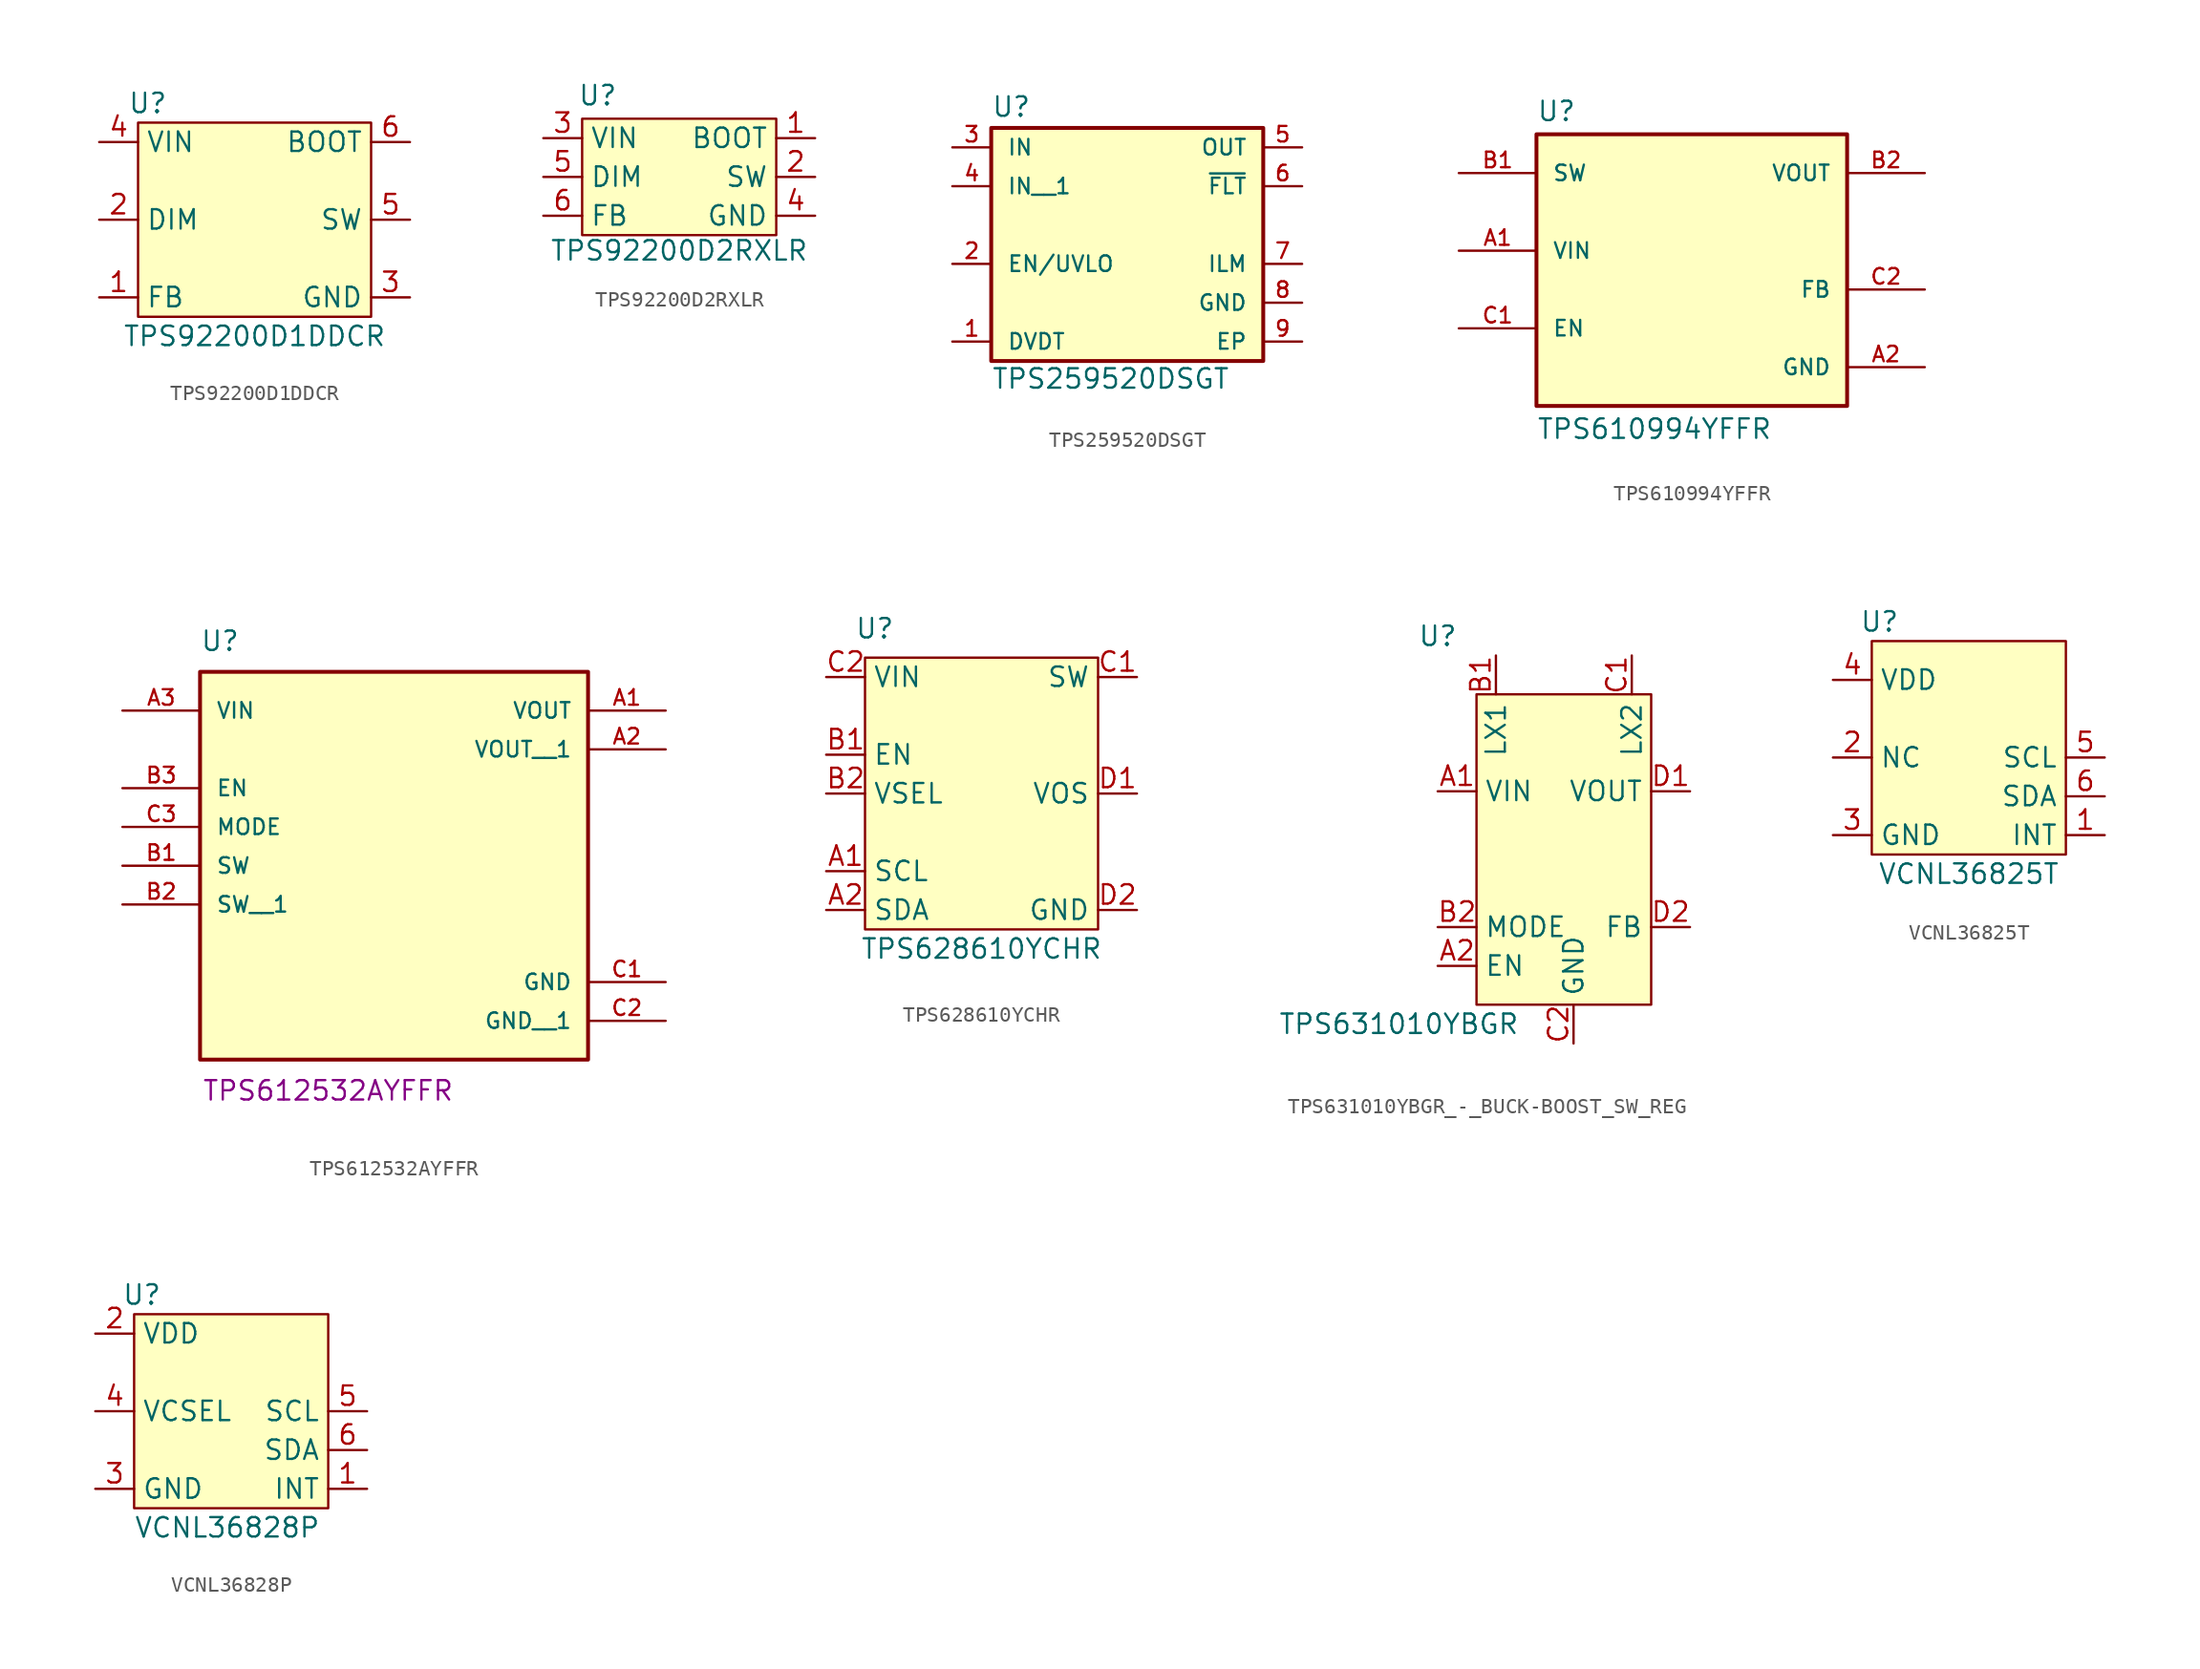
<source format=kicad_sym>
(kicad_symbol_lib
  (version 20241209)
  (generator "kicad_symbol_editor")
  (generator_version "9.0")
  (symbol "TPS92200D1DDCR"
    (property "Reference" "U"
      (at 3.175 2.54 0)
      (effects (font (size 1.27 1.27))))
    (property "Value" "TPS92200D1DDCR"
      (at 10.16 -12.7 0)
      (effects (font (size 1.27 1.27))))
    (symbol "TPS92200D1DDCR_0_0"
      (pin passive line (at 0 0 0) (length 2.54) (name "VIN" (effects (font (size 1.27 1.27)))) (number "4" (effects (font (size 1.27 1.27)))))
      (pin passive line (at 0 -5.08 0) (length 2.54) (name "DIM" (effects (font (size 1.27 1.27)))) (number "2" (effects (font (size 1.27 1.27)))))
      (pin passive line (at 0 -10.16 0) (length 2.54) (name "FB" (effects (font (size 1.27 1.27)))) (number "1" (effects (font (size 1.27 1.27)))))
      (pin passive line (at 20.32 0 180) (length 2.54) (name "BOOT" (effects (font (size 1.27 1.27)))) (number "6" (effects (font (size 1.27 1.27)))))
      (pin passive line (at 20.32 -5.08 180) (length 2.54) (name "SW" (effects (font (size 1.27 1.27)))) (number "5" (effects (font (size 1.27 1.27)))))
      (pin passive line (at 20.32 -10.16 180) (length 2.54) (name "GND" (effects (font (size 1.27 1.27)))) (number "3" (effects (font (size 1.27 1.27))))))
    (symbol "TPS92200D1DDCR_1_1"
      (rectangle (start 2.54 1.27) (end 17.78 -11.43) (stroke (width 0) (type solid)) (fill (type background)))))
  (symbol "TPS92200D2RXLR"
    (property "Reference" "U"
      (at -14.224 2.794 0)
      (effects (font (size 1.27 1.27))))
    (property "Value" "TPS92200D2RXLR"
      (at -8.89 -7.366 0)
      (effects (font (size 1.27 1.27))))
    (symbol "TPS92200D2RXLR_0_0"
      (pin passive line (at -17.78 0 0) (length 2.54) (name "VIN" (effects (font (size 1.27 1.27)))) (number "3" (effects (font (size 1.27 1.27)))))
      (pin passive line (at -17.78 -2.54 0) (length 2.54) (name "DIM" (effects (font (size 1.27 1.27)))) (number "5" (effects (font (size 1.27 1.27)))))
      (pin passive line (at -17.78 -5.08 0) (length 2.54) (name "FB" (effects (font (size 1.27 1.27)))) (number "6" (effects (font (size 1.27 1.27)))))
      (pin passive line (at 0 0 180) (length 2.54) (name "BOOT" (effects (font (size 1.27 1.27)))) (number "1" (effects (font (size 1.27 1.27)))))
      (pin passive line (at 0 -2.54 180) (length 2.54) (name "SW" (effects (font (size 1.27 1.27)))) (number "2" (effects (font (size 1.27 1.27)))))
      (pin passive line (at 0 -5.08 180) (length 2.54) (name "GND" (effects (font (size 1.27 1.27)))) (number "4" (effects (font (size 1.27 1.27))))))
    (symbol "TPS92200D2RXLR_1_1"
      (rectangle (start -15.24 1.27) (end -2.54 -6.35) (stroke (width 0) (type solid)) (fill (type background)))))
  (symbol "TPS259520DSGT"
    (pin_names
      (offset 1.016))
    (property "Reference" "U"
      (at 2.54 1.905 0)
      (effects (font (size 1.27 1.27)) (justify left bottom)))
    (property "Value" "TPS259520DSGT"
      (at 2.54 -15.875 0)
      (effects (font (size 1.27 1.27)) (justify left bottom)))
    (symbol "TPS259520DSGT_0_0"
      (rectangle (start 2.54 1.27) (end 20.32 -13.97) (stroke (width 0.254) (type default)) (fill (type background)))
      (pin input line (at 0 0 0) (length 2.54) (name "IN" (effects (font (size 1.016 1.016)))) (number "3" (effects (font (size 1.016 1.016)))))
      (pin input line (at 0 -2.54 0) (length 2.54) (name "IN__1" (effects (font (size 1.016 1.016)))) (number "4" (effects (font (size 1.016 1.016)))))
      (pin input line (at 0 -7.62 0) (length 2.54) (name "EN/UVLO" (effects (font (size 1.016 1.016)))) (number "2" (effects (font (size 1.016 1.016)))))
      (pin bidirectional line (at 0 -12.7 0) (length 2.54) (name "DVDT" (effects (font (size 1.016 1.016)))) (number "1" (effects (font (size 1.016 1.016)))))
      (pin output line (at 22.86 0 180) (length 2.54) (name "OUT" (effects (font (size 1.016 1.016)))) (number "5" (effects (font (size 1.016 1.016)))))
      (pin output line (at 22.86 -2.54 180) (length 2.54) (name "~{FLT}" (effects (font (size 1.016 1.016)))) (number "6" (effects (font (size 1.016 1.016)))))
      (pin bidirectional line (at 22.86 -7.62 180) (length 2.54) (name "ILM" (effects (font (size 1.016 1.016)))) (number "7" (effects (font (size 1.016 1.016)))))
      (pin power_in line (at 22.86 -10.16 180) (length 2.54) (name "GND" (effects (font (size 1.016 1.016)))) (number "8" (effects (font (size 1.016 1.016))))))
    (symbol "TPS259520DSGT_1_0"
      (pin power_in line (at 22.86 -12.7 180) (length 2.54) (name "EP" (effects (font (size 1.016 1.016)))) (number "9" (effects (font (size 1.016 1.016)))))))
  (symbol "TPS610994YFFR"
    (pin_names
      (offset 1.016))
    (property "Reference" "U"
      (at 5.08 3.302 0)
      (effects (font (size 1.27 1.27)) (justify left bottom)))
    (property "Value" "TPS610994YFFR"
      (at 5.08 -16.002 0)
      (effects (font (size 1.27 1.27)) (justify left top)))
    (symbol "TPS610994YFFR_0_0"
      (rectangle (start 5.08 -15.24) (end 25.4 2.54) (stroke (width 0.254) (type default)) (fill (type background)))
      (pin passive line (at 0 0 0) (length 5.08) (name "SW" (effects (font (size 1.016 1.016)))) (number "B1" (effects (font (size 1.016 1.016)))))
      (pin input line (at 0 -5.08 0) (length 5.08) (name "VIN" (effects (font (size 1.016 1.016)))) (number "A1" (effects (font (size 1.016 1.016)))))
      (pin input line (at 0 -10.16 0) (length 5.08) (name "EN" (effects (font (size 1.016 1.016)))) (number "C1" (effects (font (size 1.016 1.016)))))
      (pin output line (at 30.48 0 180) (length 5.08) (name "VOUT" (effects (font (size 1.016 1.016)))) (number "B2" (effects (font (size 1.016 1.016)))))
      (pin input line (at 30.48 -7.62 180) (length 5.08) (name "FB" (effects (font (size 1.016 1.016)))) (number "C2" (effects (font (size 1.016 1.016)))))
      (pin power_in line (at 30.48 -12.7 180) (length 5.08) (name "GND" (effects (font (size 1.016 1.016)))) (number "A2" (effects (font (size 1.016 1.016)))))))
  (symbol "TPS612532AYFFR"
    (pin_names
      (offset 1.016))
    (property "Reference" "U"
      (at -12.7 11.43 0)
      (effects (font (size 1.27 1.27)) (justify left bottom)))
    (property "PartNumber" "TPS612532AYFFR"
      (at -4.318 -17.272 0)
      (effects (font (size 1.27 1.27))))
    (symbol "TPS612532AYFFR_0_0"
      (rectangle (start -12.7 -15.24) (end 12.7 10.16) (stroke (width 0.254) (type default)) (fill (type background)))
      (pin input line (at -17.78 7.62 0) (length 5.08) (name "VIN" (effects (font (size 1.016 1.016)))) (number "A3" (effects (font (size 1.016 1.016)))))
      (pin input line (at -17.78 2.54 0) (length 5.08) (name "EN" (effects (font (size 1.016 1.016)))) (number "B3" (effects (font (size 1.016 1.016)))))
      (pin input line (at -17.78 0 0) (length 5.08) (name "MODE" (effects (font (size 1.016 1.016)))) (number "C3" (effects (font (size 1.016 1.016)))))
      (pin bidirectional line (at -17.78 -2.54 0) (length 5.08) (name "SW" (effects (font (size 1.016 1.016)))) (number "B1" (effects (font (size 1.016 1.016)))))
      (pin bidirectional line (at -17.78 -5.08 0) (length 5.08) (name "SW__1" (effects (font (size 1.016 1.016)))) (number "B2" (effects (font (size 1.016 1.016)))))
      (pin output line (at 17.78 7.62 180) (length 5.08) (name "VOUT" (effects (font (size 1.016 1.016)))) (number "A1" (effects (font (size 1.016 1.016)))))
      (pin output line (at 17.78 5.08 180) (length 5.08) (name "VOUT__1" (effects (font (size 1.016 1.016)))) (number "A2" (effects (font (size 1.016 1.016)))))
      (pin power_in line (at 17.78 -10.16 180) (length 5.08) (name "GND" (effects (font (size 1.016 1.016)))) (number "C1" (effects (font (size 1.016 1.016)))))
      (pin power_in line (at 17.78 -12.7 180) (length 5.08) (name "GND__1" (effects (font (size 1.016 1.016)))) (number "C2" (effects (font (size 1.016 1.016)))))))
  (symbol "TPS628610YCHR"
    (property "Reference" "U"
      (at 3.175 3.175 0)
      (effects (font (size 1.27 1.27))))
    (property "Value" "TPS628610YCHR"
      (at 10.16 -17.78 0)
      (effects (font (size 1.27 1.27))))
    (symbol "TPS628610YCHR_0_0"
      (pin passive line (at 0 0 0) (length 2.54) (name "VIN" (effects (font (size 1.27 1.27)))) (number "C2" (effects (font (size 1.27 1.27)))))
      (pin passive line (at 0 -5.08 0) (length 2.54) (name "EN" (effects (font (size 1.27 1.27)))) (number "B1" (effects (font (size 1.27 1.27)))))
      (pin passive line (at 0 -7.62 0) (length 2.54) (name "VSEL" (effects (font (size 1.27 1.27)))) (number "B2" (effects (font (size 1.27 1.27)))))
      (pin passive line (at 0 -12.7 0) (length 2.54) (name "SCL" (effects (font (size 1.27 1.27)))) (number "A1" (effects (font (size 1.27 1.27)))))
      (pin passive line (at 0 -15.24 0) (length 2.54) (name "SDA" (effects (font (size 1.27 1.27)))) (number "A2" (effects (font (size 1.27 1.27)))))
      (pin passive line (at 20.32 0 180) (length 2.54) (name "SW" (effects (font (size 1.27 1.27)))) (number "C1" (effects (font (size 1.27 1.27)))))
      (pin passive line (at 20.32 -7.62 180) (length 2.54) (name "VOS" (effects (font (size 1.27 1.27)))) (number "D1" (effects (font (size 1.27 1.27)))))
      (pin passive line (at 20.32 -15.24 180) (length 2.54) (name "GND" (effects (font (size 1.27 1.27)))) (number "D2" (effects (font (size 1.27 1.27))))))
    (symbol "TPS628610YCHR_1_1"
      (rectangle (start 2.54 1.27) (end 17.78 -16.51) (stroke (width 0) (type solid)) (fill (type background)))))
  (symbol "TPS631010YBGR_-_BUCK-BOOST_SW_REG"
    (property "Reference" "U"
      (at -8.89 12.7 0)
      (effects (font (size 1.27 1.27))))
    (property "Value" "TPS631010YBGR"
      (at -11.43 -12.7 0)
      (effects (font (size 1.27 1.27))))
    (symbol "TPS631010YBGR_-_BUCK-BOOST_SW_REG_1_1"
      (rectangle (start -6.35 8.89) (end 5.08 -11.43) (stroke (width 0) (type default)) (fill (type background)))
      (pin passive line (at -8.89 2.54 0) (length 2.54) (name "VIN" (effects (font (size 1.27 1.27)))) (number "A1" (effects (font (size 1.27 1.27)))))
      (pin passive line (at -8.89 -6.35 0) (length 2.54) (name "MODE" (effects (font (size 1.27 1.27)))) (number "B2" (effects (font (size 1.27 1.27)))))
      (pin passive line (at -8.89 -8.89 0) (length 2.54) (name "EN" (effects (font (size 1.27 1.27)))) (number "A2" (effects (font (size 1.27 1.27)))))
      (pin passive line (at -5.08 11.43 270) (length 2.54) (name "LX1" (effects (font (size 1.27 1.27)))) (number "B1" (effects (font (size 1.27 1.27)))))
      (pin passive line (at 0 -13.97 90) (length 2.54) (name "GND" (effects (font (size 1.27 1.27)))) (number "C2" (effects (font (size 1.27 1.27)))))
      (pin passive line (at 3.81 11.43 270) (length 2.54) (name "LX2" (effects (font (size 1.27 1.27)))) (number "C1" (effects (font (size 1.27 1.27)))))
      (pin passive line (at 7.62 2.54 180) (length 2.54) (name "VOUT" (effects (font (size 1.27 1.27)))) (number "D1" (effects (font (size 1.27 1.27)))))
      (pin passive line (at 7.62 -6.35 180) (length 2.54) (name "FB" (effects (font (size 1.27 1.27)))) (number "D2" (effects (font (size 1.27 1.27)))))))
  (symbol "VCNL36825T"
    (property "Reference" "U"
      (at 3.048 1.27 0)
      (effects (font (size 1.27 1.27))))
    (property "Value" "VCNL36825T"
      (at 8.89 -15.24 0)
      (effects (font (size 1.27 1.27))))
    (symbol "VCNL36825T_0_0"
      (pin passive line (at 0 -12.7 0) (length 2.54) (name "GND" (effects (font (size 1.27 1.27)))) (number "3" (effects (font (size 1.27 1.27)))))
      (pin passive line (at 17.78 -7.62 180) (length 2.54) (name "SCL" (effects (font (size 1.27 1.27)))) (number "5" (effects (font (size 1.27 1.27)))))
      (pin passive line (at 17.78 -10.16 180) (length 2.54) (name "SDA" (effects (font (size 1.27 1.27)))) (number "6" (effects (font (size 1.27 1.27)))))
      (pin passive line (at 17.78 -12.7 180) (length 2.54) (name "INT" (effects (font (size 1.27 1.27)))) (number "1" (effects (font (size 1.27 1.27))))))
    (symbol "VCNL36825T_1_0"
      (pin passive line (at 0 -2.54 0) (length 2.54) (name "VDD" (effects (font (size 1.27 1.27)))) (number "4" (effects (font (size 1.27 1.27)))))
      (pin passive line (at 0 -7.62 0) (length 2.54) (name "NC" (effects (font (size 1.27 1.27)))) (number "2" (effects (font (size 1.27 1.27))))))
    (symbol "VCNL36825T_1_1"
      (rectangle (start 2.54 0) (end 15.24 -13.97) (stroke (width 0) (type solid)) (fill (type background)))))
  (symbol "VCNL36828P"
    (property "Reference" "U"
      (at 3.048 1.27 0)
      (effects (font (size 1.27 1.27))))
    (property "Value" "VCNL36828P"
      (at 8.636 -13.97 0)
      (effects (font (size 1.27 1.27))))
    (symbol "VCNL36828P_0_0"
      (pin passive line (at 0 -1.27 0) (length 2.54) (name "VDD" (effects (font (size 1.27 1.27)))) (number "2" (effects (font (size 1.27 1.27)))))
      (pin passive line (at 0 -6.35 0) (length 2.54) (name "VCSEL" (effects (font (size 1.27 1.27)))) (number "4" (effects (font (size 1.27 1.27)))))
      (pin passive line (at 0 -11.43 0) (length 2.54) (name "GND" (effects (font (size 1.27 1.27)))) (number "3" (effects (font (size 1.27 1.27)))))
      (pin passive line (at 17.78 -6.35 180) (length 2.54) (name "SCL" (effects (font (size 1.27 1.27)))) (number "5" (effects (font (size 1.27 1.27)))))
      (pin passive line (at 17.78 -8.89 180) (length 2.54) (name "SDA" (effects (font (size 1.27 1.27)))) (number "6" (effects (font (size 1.27 1.27)))))
      (pin passive line (at 17.78 -11.43 180) (length 2.54) (name "INT" (effects (font (size 1.27 1.27)))) (number "1" (effects (font (size 1.27 1.27))))))
    (symbol "VCNL36828P_1_1"
      (rectangle (start 2.54 0) (end 15.24 -12.7) (stroke (width 0) (type solid)) (fill (type background))))))
</source>
